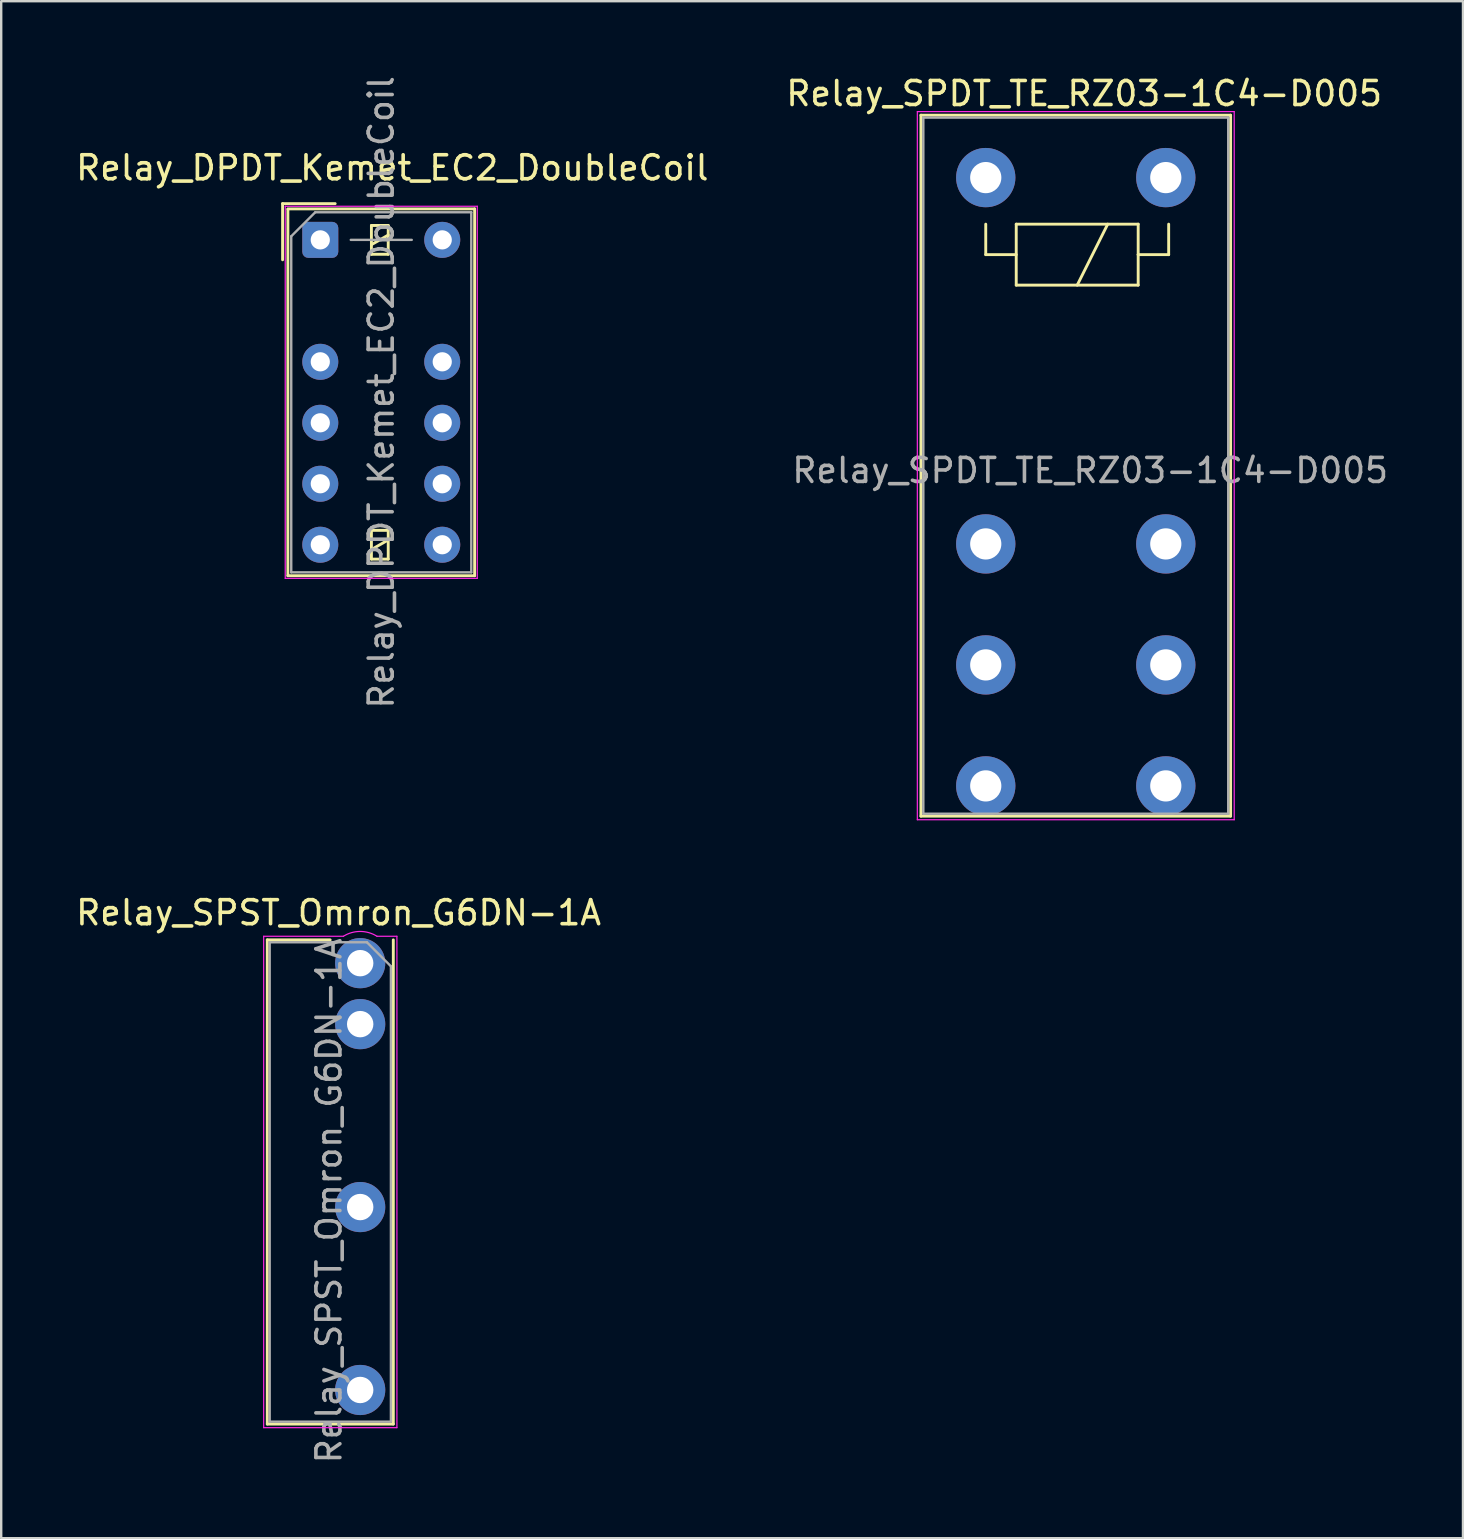
<source format=kicad_pcb>
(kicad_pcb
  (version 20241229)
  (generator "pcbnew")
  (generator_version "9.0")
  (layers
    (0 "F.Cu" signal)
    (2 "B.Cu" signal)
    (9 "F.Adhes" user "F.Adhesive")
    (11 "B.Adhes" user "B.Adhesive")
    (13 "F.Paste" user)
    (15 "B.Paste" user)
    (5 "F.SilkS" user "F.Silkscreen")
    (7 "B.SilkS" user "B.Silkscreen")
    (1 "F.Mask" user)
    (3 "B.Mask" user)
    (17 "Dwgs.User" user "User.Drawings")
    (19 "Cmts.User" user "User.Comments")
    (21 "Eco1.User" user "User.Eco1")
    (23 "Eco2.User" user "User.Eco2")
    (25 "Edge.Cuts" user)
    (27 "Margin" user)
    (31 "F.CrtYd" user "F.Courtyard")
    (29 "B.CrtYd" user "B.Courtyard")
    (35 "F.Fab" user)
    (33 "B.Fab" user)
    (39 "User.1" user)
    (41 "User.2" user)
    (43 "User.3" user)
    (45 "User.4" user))
  (footprint "Relay_DPDT_Kemet_EC2_DoubleCoil"
    (layer "F.Cu")
    (at 10.292 6.942)
    (property "Reference" "Relay_DPDT_Kemet_EC2_DoubleCoil" (at 3 -3 180) (layer "F.SilkS") (effects (font (size 1 1) (thickness 0.15))))
    (attr through_hole)
    (fp_line (start -1.57 -1.51) (end 0.62 -1.51) (stroke (width 0.12) (type solid)) (layer "F.SilkS"))
    (fp_line (start -1.57 0.83) (end -1.57 -1.51) (stroke (width 0.12) (type solid)) (layer "F.SilkS"))
    (fp_line (start -1.35 -1.27) (end -1.35 13.99) (stroke (width 0.12) (type solid)) (layer "F.SilkS"))
    (fp_line (start 2.13 -0.6) (end 2.13 0.6) (stroke (width 0.12) (type solid)) (layer "F.SilkS"))
    (fp_line (start 2.13 0.2) (end 2.83 -0.2) (stroke (width 0.12) (type solid)) (layer "F.SilkS"))
    (fp_line (start 2.13 0.6) (end 2.83 0.6) (stroke (width 0.12) (type solid)) (layer "F.SilkS"))
    (fp_line (start 2.13 12.1) (end 2.13 13.3) (stroke (width 0.12) (type solid)) (layer "F.SilkS"))
    (fp_line (start 2.13 12.9) (end 2.83 12.5) (stroke (width 0.12) (type solid)) (layer "F.SilkS"))
    (fp_line (start 2.13 13.3) (end 2.83 13.3) (stroke (width 0.12) (type solid)) (layer "F.SilkS"))
    (fp_line (start 2.83 -0.6) (end 2.13 -0.6) (stroke (width 0.12) (type solid)) (layer "F.SilkS"))
    (fp_line (start 2.83 0.6) (end 2.83 -0.6) (stroke (width 0.12) (type solid)) (layer "F.SilkS"))
    (fp_line (start 2.83 12.1) (end 2.13 12.1) (stroke (width 0.12) (type solid)) (layer "F.SilkS"))
    (fp_line (start 2.83 13.3) (end 2.83 12.1) (stroke (width 0.12) (type solid)) (layer "F.SilkS"))
    (fp_line (start 6.43 -1.29) (end -1.35 -1.29) (stroke (width 0.12) (type solid)) (layer "F.SilkS"))
    (fp_line (start 6.43 -1.29) (end 6.43 13.99) (stroke (width 0.12) (type solid)) (layer "F.SilkS"))
    (fp_line (start 6.43 13.99) (end -1.35 13.99) (stroke (width 0.12) (type solid)) (layer "F.SilkS"))
    (fp_line (start -1.46 -1.4) (end -1.46 14.1) (stroke (width 0.05) (type solid)) (layer "F.CrtYd"))
    (fp_line (start -1.46 14.1) (end 6.54 14.1) (stroke (width 0.05) (type solid)) (layer "F.CrtYd"))
    (fp_line (start 6.54 -1.4) (end -1.46 -1.4) (stroke (width 0.05) (type solid)) (layer "F.CrtYd"))
    (fp_line (start 6.54 -1.4) (end 6.54 14.1) (stroke (width 0.05) (type solid)) (layer "F.CrtYd"))
    (fp_line (start -1.21 -0.15) (end -1.21 13.85) (stroke (width 0.1) (type solid)) (layer "F.Fab"))
    (fp_line (start -1.21 -0.15) (end -0.21 -1.15) (stroke (width 0.1) (type solid)) (layer "F.Fab"))
    (fp_line (start 1.27 0) (end 3.81 0) (stroke (width 0.1) (type solid)) (layer "F.Fab"))
    (fp_line (start 6.29 -1.15) (end -0.21 -1.15) (stroke (width 0.1) (type solid)) (layer "F.Fab"))
    (fp_line (start 6.29 -1.15) (end 6.29 13.85) (stroke (width 0.1) (type solid)) (layer "F.Fab"))
    (fp_line (start 6.29 13.85) (end -1.21 13.85) (stroke (width 0.1) (type solid)) (layer "F.Fab"))
    (fp_text user "${REFERENCE}" (at 2.54 6.35 90) (layer "F.Fab") (effects (font (size 1 1) (thickness 0.15))))
    (pad "1" thru_hole roundrect (at 0 0) (size 1.5 1.5) (drill 0.8) (layers "*.Cu" "*.Mask") (roundrect_rratio 0.167))
    (pad "3" thru_hole circle (at 0 5.08) (size 1.5 1.5) (drill 0.8) (layers "*.Cu" "*.Mask"))
    (pad "4" thru_hole circle (at 0 7.62) (size 1.5 1.5) (drill 0.8) (layers "*.Cu" "*.Mask"))
    (pad "5" thru_hole circle (at 0 10.16) (size 1.5 1.5) (drill 0.8) (layers "*.Cu" "*.Mask"))
    (pad "6" thru_hole circle (at 0 12.7) (size 1.5 1.5) (drill 0.8) (layers "*.Cu" "*.Mask"))
    (pad "7" thru_hole circle (at 5.08 12.7) (size 1.5 1.5) (drill 0.8) (layers "*.Cu" "*.Mask"))
    (pad "8" thru_hole circle (at 5.08 10.16) (size 1.5 1.5) (drill 0.8) (layers "*.Cu" "*.Mask"))
    (pad "9" thru_hole circle (at 5.08 7.62) (size 1.5 1.5) (drill 0.8) (layers "*.Cu" "*.Mask"))
    (pad "10" thru_hole circle (at 5.08 5.08) (size 1.5 1.5) (drill 0.8) (layers "*.Cu" "*.Mask"))
    (pad "12" thru_hole circle (at 5.08 0) (size 1.5 1.5) (drill 0.8) (layers "*.Cu" "*.Mask")))
  (footprint "Relay_SPST_Omron_G6DN-1A"
    (layer "F.Cu")
    (at 11.954 37.072)
    (property "Reference" "Relay_SPST_Omron_G6DN-1A" (at -0.9 -2.1 0) (layer "F.SilkS") (effects (font (size 1 1) (thickness 0.15))))
    (attr through_hole)
    (fp_line (start -3.87 19.2) (end -3.87 -0.97) (stroke (width 0.12) (type solid)) (layer "F.SilkS"))
    (fp_line (start -3.87 19.2) (end 1.38 19.2) (stroke (width 0.12) (type solid)) (layer "F.SilkS"))
    (fp_line (start -1.25 -0.97) (end -3.87 -0.97) (stroke (width 0.12) (type solid)) (layer "F.SilkS"))
    (fp_line (start 1.38 -0.97) (end 1.38 19.2) (stroke (width 0.12) (type solid)) (layer "F.SilkS"))
    (fp_line (start -4.02 19.35) (end -4.02 -1.12) (stroke (width 0.05) (type solid)) (layer "F.CrtYd"))
    (fp_line (start -4.02 19.35) (end 1.53 19.35) (stroke (width 0.05) (type solid)) (layer "F.CrtYd"))
    (fp_line (start -0.7 -1.12) (end -4.02 -1.12) (stroke (width 0.05) (type solid)) (layer "F.CrtYd"))
    (fp_line (start 1.53 -1.12) (end 0.7 -1.12) (stroke (width 0.05) (type solid)) (layer "F.CrtYd"))
    (fp_line (start 1.53 -1.12) (end 1.53 19.35) (stroke (width 0.05) (type solid)) (layer "F.CrtYd"))
    (fp_arc (start -0.699789 -1.12013) (mid 0.000124 -1.320756) (end 0.699999 -1.119999) (stroke (width 0.05) (type solid)) (layer "F.CrtYd"))
    (fp_line (start -3.77 19.1) (end -3.77 -0.87) (stroke (width 0.1) (type solid)) (layer "F.Fab"))
    (fp_line (start -3.77 19.1) (end 1.28 19.1) (stroke (width 0.1) (type solid)) (layer "F.Fab"))
    (fp_line (start 0.28 -0.87) (end -3.77 -0.87) (stroke (width 0.1) (type solid)) (layer "F.Fab"))
    (fp_line (start 1.28 0.13) (end 0.28 -0.87) (stroke (width 0.1) (type solid)) (layer "F.Fab"))
    (fp_line (start 1.28 0.13) (end 1.28 19.1) (stroke (width 0.1) (type solid)) (layer "F.Fab"))
    (fp_text user "${REFERENCE}" (at -1.3 9.9 270) (layer "F.Fab") (effects (font (size 1 1) (thickness 0.15))))
    (pad "1" thru_hole circle (at 0 0 270) (size 2.09 2.09) (drill 1.1) (layers "*.Cu" "*.Mask"))
    (pad "2" thru_hole circle (at 0 2.54 270) (size 2.09 2.09) (drill 1.1) (layers "*.Cu" "*.Mask"))
    (pad "5" thru_hole circle (at 0 10.16 270) (size 2.09 2.09) (drill 1.1) (layers "*.Cu" "*.Mask"))
    (pad "8" thru_hole circle (at 0 17.78 270) (size 2.09 2.09) (drill 1.1) (layers "*.Cu" "*.Mask")))
  (footprint "Relay_SPDT_TE_RZ03-1C4-D005"
    (layer "F.Cu")
    (at 45.513 4.348)
    (property "Reference" "Relay_SPDT_TE_RZ03-1C4-D005" (at -3.4 -3.5 0) (layer "F.SilkS") (effects (font (size 1 1) (thickness 0.15))))
    (attr through_hole)
    (fp_line (start -10.2 -2.6) (end 2.7 -2.6) (stroke (width 0.12) (type solid)) (layer "F.SilkS"))
    (fp_line (start -10.2 26.6) (end -10.2 -2.6) (stroke (width 0.12) (type solid)) (layer "F.SilkS"))
    (fp_line (start -7.5 3.21) (end -7.5 1.94) (stroke (width 0.12) (type solid)) (layer "F.SilkS"))
    (fp_line (start -6.23 1.94) (end -1.15 1.94) (stroke (width 0.12) (type solid)) (layer "F.SilkS"))
    (fp_line (start -6.23 3.21) (end -7.5 3.21) (stroke (width 0.12) (type solid)) (layer "F.SilkS"))
    (fp_line (start -6.23 4.48) (end -6.23 1.94) (stroke (width 0.12) (type solid)) (layer "F.SilkS"))
    (fp_line (start -2.42 1.94) (end -3.69 4.48) (stroke (width 0.12) (type solid)) (layer "F.SilkS"))
    (fp_line (start -1.15 1.94) (end -1.15 3.21) (stroke (width 0.12) (type solid)) (layer "F.SilkS"))
    (fp_line (start -1.15 3.21) (end -1.15 4.48) (stroke (width 0.12) (type solid)) (layer "F.SilkS"))
    (fp_line (start -1.15 4.48) (end -6.23 4.48) (stroke (width 0.12) (type solid)) (layer "F.SilkS"))
    (fp_line (start 0.12 1.94) (end 0.12 3.21) (stroke (width 0.12) (type solid)) (layer "F.SilkS"))
    (fp_line (start 0.12 3.21) (end -1.15 3.21) (stroke (width 0.12) (type solid)) (layer "F.SilkS"))
    (fp_line (start 2.7 -2.6) (end 2.7 26.6) (stroke (width 0.12) (type solid)) (layer "F.SilkS"))
    (fp_line (start 2.7 26.6) (end -10.2 26.6) (stroke (width 0.12) (type solid)) (layer "F.SilkS"))
    (fp_line (start -10.35 -2.75) (end 2.85 -2.75) (stroke (width 0.05) (type solid)) (layer "F.CrtYd"))
    (fp_line (start -10.35 26.75) (end -10.35 -2.75) (stroke (width 0.05) (type solid)) (layer "F.CrtYd"))
    (fp_line (start 2.85 -2.75) (end 2.85 26.75) (stroke (width 0.05) (type solid)) (layer "F.CrtYd"))
    (fp_line (start 2.85 26.75) (end -10.35 26.75) (stroke (width 0.05) (type solid)) (layer "F.CrtYd"))
    (fp_line (start -10.1 -2.5) (end 2.6 -2.5) (stroke (width 0.1) (type solid)) (layer "F.Fab"))
    (fp_line (start -10.1 26.5) (end -10.1 -2.5) (stroke (width 0.1) (type solid)) (layer "F.Fab"))
    (fp_line (start 2.6 -2.5) (end 2.6 26.5) (stroke (width 0.1) (type solid)) (layer "F.Fab"))
    (fp_line (start 2.6 26.5) (end -10.1 26.5) (stroke (width 0.1) (type solid)) (layer "F.Fab"))
    (fp_text user "${REFERENCE}" (at -3.15 12.2 0) (layer "F.Fab") (effects (font (size 1 1) (thickness 0.15))))
    (pad "11" thru_hole circle (at -7.5 20.3) (size 2.47 2.47) (drill 1.3) (layers "*.Cu" "*.Mask"))
    (pad "11" thru_hole circle (at 0 20.3) (size 2.47 2.47) (drill 1.3) (layers "*.Cu" "*.Mask"))
    (pad "12" thru_hole circle (at -7.5 15.26) (size 2.47 2.47) (drill 1.3) (layers "*.Cu" "*.Mask"))
    (pad "12" thru_hole circle (at 0 15.26) (size 2.47 2.47) (drill 1.3) (layers "*.Cu" "*.Mask"))
    (pad "14" thru_hole circle (at -7.5 25.34) (size 2.47 2.47) (drill 1.3) (layers "*.Cu" "*.Mask"))
    (pad "14" thru_hole circle (at 0 25.34) (size 2.47 2.47) (drill 1.3) (layers "*.Cu" "*.Mask"))
    (pad "A1" thru_hole circle (at 0 0) (size 2.47 2.47) (drill 1.3) (layers "*.Cu" "*.Mask"))
    (pad "A2" thru_hole circle (at -7.5 0) (size 2.47 2.47) (drill 1.3) (layers "*.Cu" "*.Mask")))
  (gr_rect
    (start -3 -3)
    (end 57.893 61.025)
    (stroke (width 0.1) (type default))
    (fill no)
    (layer "Edge.Cuts")))
</source>
